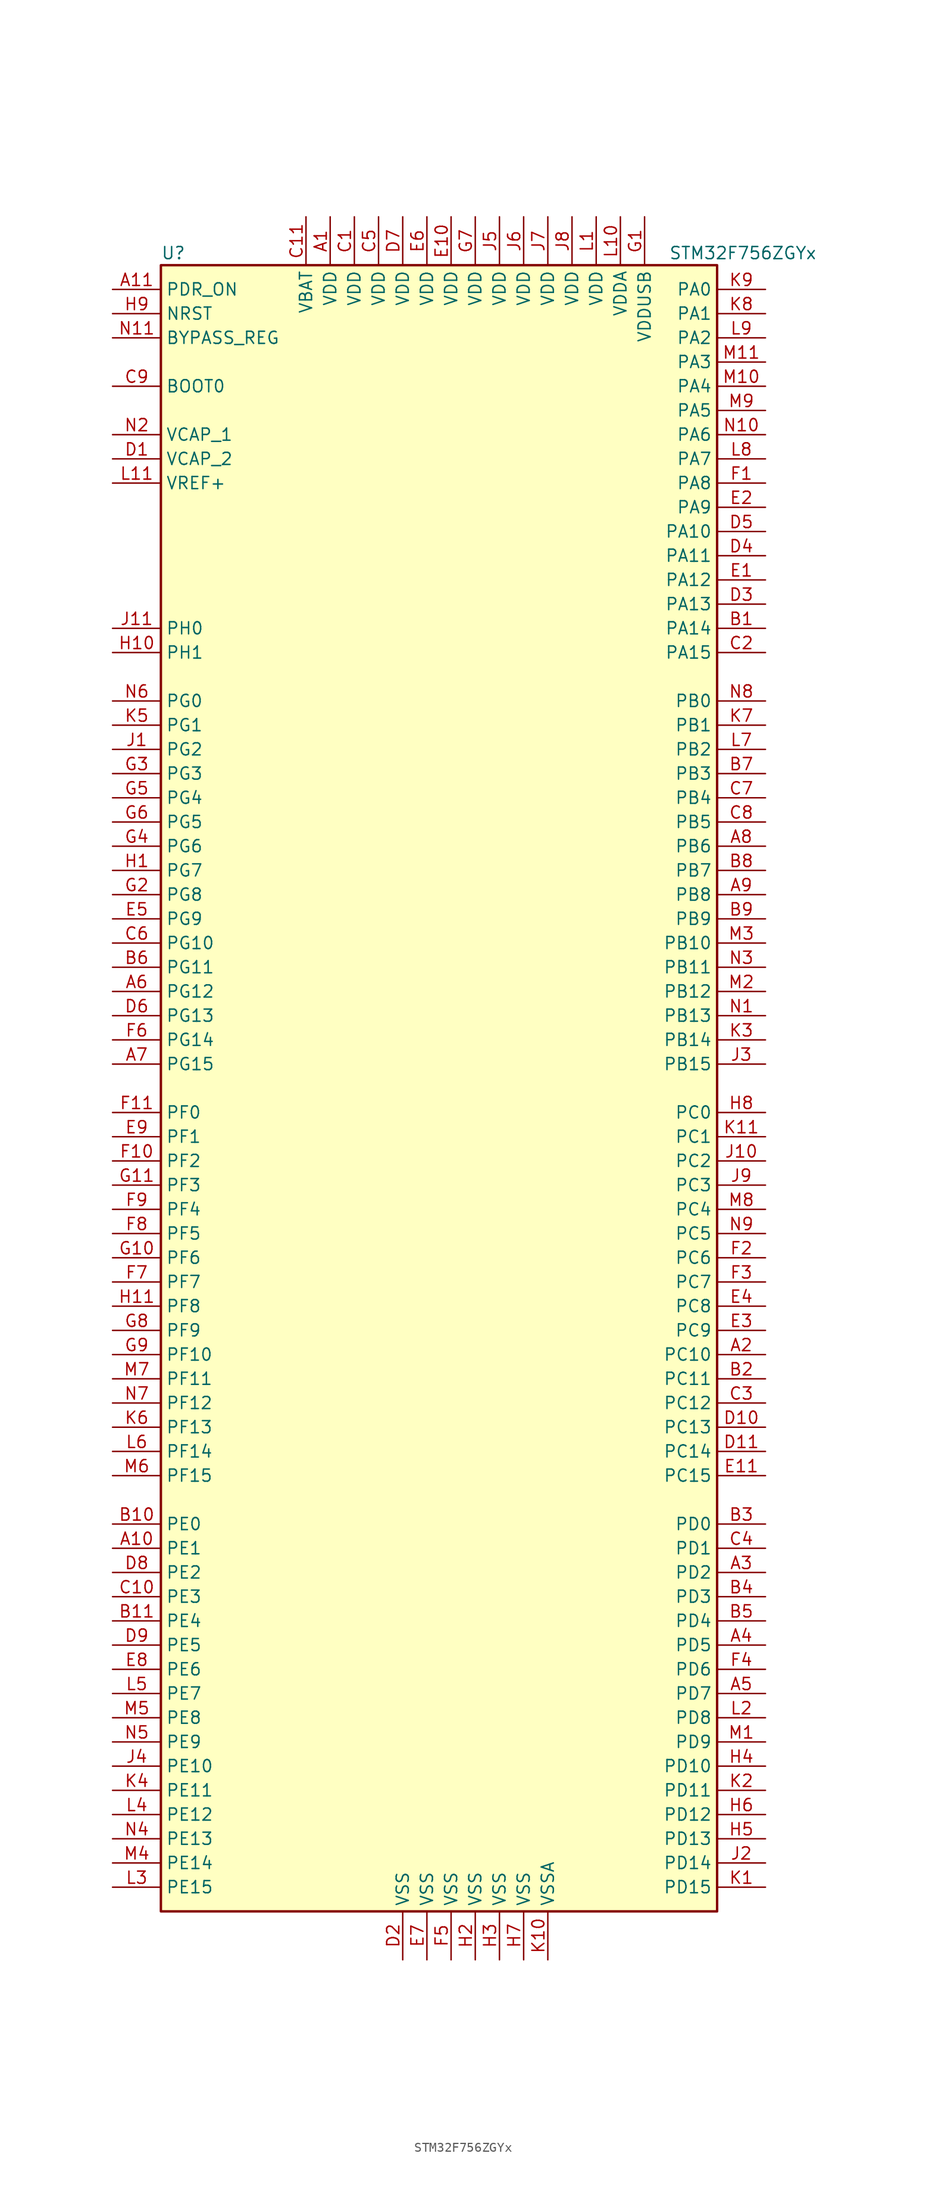
<source format=kicad_sym>
(kicad_symbol_lib
  (version 20201005)
  (generator kicad_symbol_editor)
  (symbol "STM32F756ZGYx"
    (property "Reference" "U"
      (at -30.48 87.63 0)
      (effects (font (size 1.27 1.27)) (justify left)))
    (property "Value" "STM32F756ZGYx"
      (at 22.86 87.63 0)
      (effects (font (size 1.27 1.27)) (justify left)))
    (symbol "STM32F756ZGYx_0_1"
      (rectangle (start -30.48 -86.36) (end 27.94 86.36) (stroke (width 0.254)) (fill (type background))))
    (symbol "STM32F756ZGYx_1_1"
      (pin power_in line (at -12.7 91.44 270) (length 5.08) (name "VDD" (effects (font (size 1.27 1.27)))) (number "A1" (effects (font (size 1.27 1.27)))))
      (pin bidirectional line (at -35.56 -48.26 0) (length 5.08) (name "PE1" (effects (font (size 1.27 1.27)))) (number "A10" (effects (font (size 1.27 1.27)))))
      (pin input line (at -35.56 83.82 0) (length 5.08) (name "PDR_ON" (effects (font (size 1.27 1.27)))) (number "A11" (effects (font (size 1.27 1.27)))))
      (pin bidirectional line (at 33.02 -27.94 180) (length 5.08) (name "PC10" (effects (font (size 1.27 1.27)))) (number "A2" (effects (font (size 1.27 1.27)))))
      (pin bidirectional line (at 33.02 -50.8 180) (length 5.08) (name "PD2" (effects (font (size 1.27 1.27)))) (number "A3" (effects (font (size 1.27 1.27)))))
      (pin bidirectional line (at 33.02 -58.42 180) (length 5.08) (name "PD5" (effects (font (size 1.27 1.27)))) (number "A4" (effects (font (size 1.27 1.27)))))
      (pin bidirectional line (at 33.02 -63.5 180) (length 5.08) (name "PD7" (effects (font (size 1.27 1.27)))) (number "A5" (effects (font (size 1.27 1.27)))))
      (pin bidirectional line (at -35.56 10.16 0) (length 5.08) (name "PG12" (effects (font (size 1.27 1.27)))) (number "A6" (effects (font (size 1.27 1.27)))))
      (pin bidirectional line (at -35.56 2.54 0) (length 5.08) (name "PG15" (effects (font (size 1.27 1.27)))) (number "A7" (effects (font (size 1.27 1.27)))))
      (pin bidirectional line (at 33.02 25.4 180) (length 5.08) (name "PB6" (effects (font (size 1.27 1.27)))) (number "A8" (effects (font (size 1.27 1.27)))))
      (pin bidirectional line (at 33.02 20.32 180) (length 5.08) (name "PB8" (effects (font (size 1.27 1.27)))) (number "A9" (effects (font (size 1.27 1.27)))))
      (pin bidirectional line (at 33.02 48.26 180) (length 5.08) (name "PA14" (effects (font (size 1.27 1.27)))) (number "B1" (effects (font (size 1.27 1.27)))))
      (pin bidirectional line (at -35.56 -45.72 0) (length 5.08) (name "PE0" (effects (font (size 1.27 1.27)))) (number "B10" (effects (font (size 1.27 1.27)))))
      (pin bidirectional line (at -35.56 -55.88 0) (length 5.08) (name "PE4" (effects (font (size 1.27 1.27)))) (number "B11" (effects (font (size 1.27 1.27)))))
      (pin bidirectional line (at 33.02 -30.48 180) (length 5.08) (name "PC11" (effects (font (size 1.27 1.27)))) (number "B2" (effects (font (size 1.27 1.27)))))
      (pin bidirectional line (at 33.02 -45.72 180) (length 5.08) (name "PD0" (effects (font (size 1.27 1.27)))) (number "B3" (effects (font (size 1.27 1.27)))))
      (pin bidirectional line (at 33.02 -53.34 180) (length 5.08) (name "PD3" (effects (font (size 1.27 1.27)))) (number "B4" (effects (font (size 1.27 1.27)))))
      (pin bidirectional line (at 33.02 -55.88 180) (length 5.08) (name "PD4" (effects (font (size 1.27 1.27)))) (number "B5" (effects (font (size 1.27 1.27)))))
      (pin bidirectional line (at -35.56 12.7 0) (length 5.08) (name "PG11" (effects (font (size 1.27 1.27)))) (number "B6" (effects (font (size 1.27 1.27)))))
      (pin bidirectional line (at 33.02 33.02 180) (length 5.08) (name "PB3" (effects (font (size 1.27 1.27)))) (number "B7" (effects (font (size 1.27 1.27)))))
      (pin bidirectional line (at 33.02 22.86 180) (length 5.08) (name "PB7" (effects (font (size 1.27 1.27)))) (number "B8" (effects (font (size 1.27 1.27)))))
      (pin bidirectional line (at 33.02 17.78 180) (length 5.08) (name "PB9" (effects (font (size 1.27 1.27)))) (number "B9" (effects (font (size 1.27 1.27)))))
      (pin power_in line (at -10.16 91.44 270) (length 5.08) (name "VDD" (effects (font (size 1.27 1.27)))) (number "C1" (effects (font (size 1.27 1.27)))))
      (pin bidirectional line (at -35.56 -53.34 0) (length 5.08) (name "PE3" (effects (font (size 1.27 1.27)))) (number "C10" (effects (font (size 1.27 1.27)))))
      (pin power_in line (at -15.24 91.44 270) (length 5.08) (name "VBAT" (effects (font (size 1.27 1.27)))) (number "C11" (effects (font (size 1.27 1.27)))))
      (pin bidirectional line (at 33.02 45.72 180) (length 5.08) (name "PA15" (effects (font (size 1.27 1.27)))) (number "C2" (effects (font (size 1.27 1.27)))))
      (pin bidirectional line (at 33.02 -33.02 180) (length 5.08) (name "PC12" (effects (font (size 1.27 1.27)))) (number "C3" (effects (font (size 1.27 1.27)))))
      (pin bidirectional line (at 33.02 -48.26 180) (length 5.08) (name "PD1" (effects (font (size 1.27 1.27)))) (number "C4" (effects (font (size 1.27 1.27)))))
      (pin power_in line (at -7.62 91.44 270) (length 5.08) (name "VDD" (effects (font (size 1.27 1.27)))) (number "C5" (effects (font (size 1.27 1.27)))))
      (pin bidirectional line (at -35.56 15.24 0) (length 5.08) (name "PG10" (effects (font (size 1.27 1.27)))) (number "C6" (effects (font (size 1.27 1.27)))))
      (pin bidirectional line (at 33.02 30.48 180) (length 5.08) (name "PB4" (effects (font (size 1.27 1.27)))) (number "C7" (effects (font (size 1.27 1.27)))))
      (pin bidirectional line (at 33.02 27.94 180) (length 5.08) (name "PB5" (effects (font (size 1.27 1.27)))) (number "C8" (effects (font (size 1.27 1.27)))))
      (pin input line (at -35.56 73.66 0) (length 5.08) (name "BOOT0" (effects (font (size 1.27 1.27)))) (number "C9" (effects (font (size 1.27 1.27)))))
      (pin power_in line (at -35.56 66.04 0) (length 5.08) (name "VCAP_2" (effects (font (size 1.27 1.27)))) (number "D1" (effects (font (size 1.27 1.27)))))
      (pin bidirectional line (at 33.02 -35.56 180) (length 5.08) (name "PC13" (effects (font (size 1.27 1.27)))) (number "D10" (effects (font (size 1.27 1.27)))))
      (pin bidirectional line (at 33.02 -38.1 180) (length 5.08) (name "PC14" (effects (font (size 1.27 1.27)))) (number "D11" (effects (font (size 1.27 1.27)))))
      (pin power_in line (at -5.08 -91.44 90) (length 5.08) (name "VSS" (effects (font (size 1.27 1.27)))) (number "D2" (effects (font (size 1.27 1.27)))))
      (pin bidirectional line (at 33.02 50.8 180) (length 5.08) (name "PA13" (effects (font (size 1.27 1.27)))) (number "D3" (effects (font (size 1.27 1.27)))))
      (pin bidirectional line (at 33.02 55.88 180) (length 5.08) (name "PA11" (effects (font (size 1.27 1.27)))) (number "D4" (effects (font (size 1.27 1.27)))))
      (pin bidirectional line (at 33.02 58.42 180) (length 5.08) (name "PA10" (effects (font (size 1.27 1.27)))) (number "D5" (effects (font (size 1.27 1.27)))))
      (pin bidirectional line (at -35.56 7.62 0) (length 5.08) (name "PG13" (effects (font (size 1.27 1.27)))) (number "D6" (effects (font (size 1.27 1.27)))))
      (pin power_in line (at -5.08 91.44 270) (length 5.08) (name "VDD" (effects (font (size 1.27 1.27)))) (number "D7" (effects (font (size 1.27 1.27)))))
      (pin bidirectional line (at -35.56 -50.8 0) (length 5.08) (name "PE2" (effects (font (size 1.27 1.27)))) (number "D8" (effects (font (size 1.27 1.27)))))
      (pin bidirectional line (at -35.56 -58.42 0) (length 5.08) (name "PE5" (effects (font (size 1.27 1.27)))) (number "D9" (effects (font (size 1.27 1.27)))))
      (pin bidirectional line (at 33.02 53.34 180) (length 5.08) (name "PA12" (effects (font (size 1.27 1.27)))) (number "E1" (effects (font (size 1.27 1.27)))))
      (pin power_in line (at 0 91.44 270) (length 5.08) (name "VDD" (effects (font (size 1.27 1.27)))) (number "E10" (effects (font (size 1.27 1.27)))))
      (pin bidirectional line (at 33.02 -40.64 180) (length 5.08) (name "PC15" (effects (font (size 1.27 1.27)))) (number "E11" (effects (font (size 1.27 1.27)))))
      (pin bidirectional line (at 33.02 60.96 180) (length 5.08) (name "PA9" (effects (font (size 1.27 1.27)))) (number "E2" (effects (font (size 1.27 1.27)))))
      (pin bidirectional line (at 33.02 -25.4 180) (length 5.08) (name "PC9" (effects (font (size 1.27 1.27)))) (number "E3" (effects (font (size 1.27 1.27)))))
      (pin bidirectional line (at 33.02 -22.86 180) (length 5.08) (name "PC8" (effects (font (size 1.27 1.27)))) (number "E4" (effects (font (size 1.27 1.27)))))
      (pin bidirectional line (at -35.56 17.78 0) (length 5.08) (name "PG9" (effects (font (size 1.27 1.27)))) (number "E5" (effects (font (size 1.27 1.27)))))
      (pin power_in line (at -2.54 91.44 270) (length 5.08) (name "VDD" (effects (font (size 1.27 1.27)))) (number "E6" (effects (font (size 1.27 1.27)))))
      (pin power_in line (at -2.54 -91.44 90) (length 5.08) (name "VSS" (effects (font (size 1.27 1.27)))) (number "E7" (effects (font (size 1.27 1.27)))))
      (pin bidirectional line (at -35.56 -60.96 0) (length 5.08) (name "PE6" (effects (font (size 1.27 1.27)))) (number "E8" (effects (font (size 1.27 1.27)))))
      (pin bidirectional line (at -35.56 -5.08 0) (length 5.08) (name "PF1" (effects (font (size 1.27 1.27)))) (number "E9" (effects (font (size 1.27 1.27)))))
      (pin bidirectional line (at 33.02 63.5 180) (length 5.08) (name "PA8" (effects (font (size 1.27 1.27)))) (number "F1" (effects (font (size 1.27 1.27)))))
      (pin bidirectional line (at -35.56 -7.62 0) (length 5.08) (name "PF2" (effects (font (size 1.27 1.27)))) (number "F10" (effects (font (size 1.27 1.27)))))
      (pin bidirectional line (at -35.56 -2.54 0) (length 5.08) (name "PF0" (effects (font (size 1.27 1.27)))) (number "F11" (effects (font (size 1.27 1.27)))))
      (pin bidirectional line (at 33.02 -17.78 180) (length 5.08) (name "PC6" (effects (font (size 1.27 1.27)))) (number "F2" (effects (font (size 1.27 1.27)))))
      (pin bidirectional line (at 33.02 -20.32 180) (length 5.08) (name "PC7" (effects (font (size 1.27 1.27)))) (number "F3" (effects (font (size 1.27 1.27)))))
      (pin bidirectional line (at 33.02 -60.96 180) (length 5.08) (name "PD6" (effects (font (size 1.27 1.27)))) (number "F4" (effects (font (size 1.27 1.27)))))
      (pin power_in line (at 0 -91.44 90) (length 5.08) (name "VSS" (effects (font (size 1.27 1.27)))) (number "F5" (effects (font (size 1.27 1.27)))))
      (pin bidirectional line (at -35.56 5.08 0) (length 5.08) (name "PG14" (effects (font (size 1.27 1.27)))) (number "F6" (effects (font (size 1.27 1.27)))))
      (pin bidirectional line (at -35.56 -20.32 0) (length 5.08) (name "PF7" (effects (font (size 1.27 1.27)))) (number "F7" (effects (font (size 1.27 1.27)))))
      (pin bidirectional line (at -35.56 -15.24 0) (length 5.08) (name "PF5" (effects (font (size 1.27 1.27)))) (number "F8" (effects (font (size 1.27 1.27)))))
      (pin bidirectional line (at -35.56 -12.7 0) (length 5.08) (name "PF4" (effects (font (size 1.27 1.27)))) (number "F9" (effects (font (size 1.27 1.27)))))
      (pin power_in line (at 20.32 91.44 270) (length 5.08) (name "VDDUSB" (effects (font (size 1.27 1.27)))) (number "G1" (effects (font (size 1.27 1.27)))))
      (pin bidirectional line (at -35.56 -17.78 0) (length 5.08) (name "PF6" (effects (font (size 1.27 1.27)))) (number "G10" (effects (font (size 1.27 1.27)))))
      (pin bidirectional line (at -35.56 -10.16 0) (length 5.08) (name "PF3" (effects (font (size 1.27 1.27)))) (number "G11" (effects (font (size 1.27 1.27)))))
      (pin bidirectional line (at -35.56 20.32 0) (length 5.08) (name "PG8" (effects (font (size 1.27 1.27)))) (number "G2" (effects (font (size 1.27 1.27)))))
      (pin bidirectional line (at -35.56 33.02 0) (length 5.08) (name "PG3" (effects (font (size 1.27 1.27)))) (number "G3" (effects (font (size 1.27 1.27)))))
      (pin bidirectional line (at -35.56 25.4 0) (length 5.08) (name "PG6" (effects (font (size 1.27 1.27)))) (number "G4" (effects (font (size 1.27 1.27)))))
      (pin bidirectional line (at -35.56 30.48 0) (length 5.08) (name "PG4" (effects (font (size 1.27 1.27)))) (number "G5" (effects (font (size 1.27 1.27)))))
      (pin bidirectional line (at -35.56 27.94 0) (length 5.08) (name "PG5" (effects (font (size 1.27 1.27)))) (number "G6" (effects (font (size 1.27 1.27)))))
      (pin power_in line (at 2.54 91.44 270) (length 5.08) (name "VDD" (effects (font (size 1.27 1.27)))) (number "G7" (effects (font (size 1.27 1.27)))))
      (pin bidirectional line (at -35.56 -25.4 0) (length 5.08) (name "PF9" (effects (font (size 1.27 1.27)))) (number "G8" (effects (font (size 1.27 1.27)))))
      (pin bidirectional line (at -35.56 -27.94 0) (length 5.08) (name "PF10" (effects (font (size 1.27 1.27)))) (number "G9" (effects (font (size 1.27 1.27)))))
      (pin bidirectional line (at -35.56 22.86 0) (length 5.08) (name "PG7" (effects (font (size 1.27 1.27)))) (number "H1" (effects (font (size 1.27 1.27)))))
      (pin input line (at -35.56 45.72 0) (length 5.08) (name "PH1" (effects (font (size 1.27 1.27)))) (number "H10" (effects (font (size 1.27 1.27)))))
      (pin bidirectional line (at -35.56 -22.86 0) (length 5.08) (name "PF8" (effects (font (size 1.27 1.27)))) (number "H11" (effects (font (size 1.27 1.27)))))
      (pin power_in line (at 2.54 -91.44 90) (length 5.08) (name "VSS" (effects (font (size 1.27 1.27)))) (number "H2" (effects (font (size 1.27 1.27)))))
      (pin power_in line (at 5.08 -91.44 90) (length 5.08) (name "VSS" (effects (font (size 1.27 1.27)))) (number "H3" (effects (font (size 1.27 1.27)))))
      (pin bidirectional line (at 33.02 -71.12 180) (length 5.08) (name "PD10" (effects (font (size 1.27 1.27)))) (number "H4" (effects (font (size 1.27 1.27)))))
      (pin bidirectional line (at 33.02 -78.74 180) (length 5.08) (name "PD13" (effects (font (size 1.27 1.27)))) (number "H5" (effects (font (size 1.27 1.27)))))
      (pin bidirectional line (at 33.02 -76.2 180) (length 5.08) (name "PD12" (effects (font (size 1.27 1.27)))) (number "H6" (effects (font (size 1.27 1.27)))))
      (pin power_in line (at 7.62 -91.44 90) (length 5.08) (name "VSS" (effects (font (size 1.27 1.27)))) (number "H7" (effects (font (size 1.27 1.27)))))
      (pin bidirectional line (at 33.02 -2.54 180) (length 5.08) (name "PC0" (effects (font (size 1.27 1.27)))) (number "H8" (effects (font (size 1.27 1.27)))))
      (pin input line (at -35.56 81.28 0) (length 5.08) (name "NRST" (effects (font (size 1.27 1.27)))) (number "H9" (effects (font (size 1.27 1.27)))))
      (pin bidirectional line (at -35.56 35.56 0) (length 5.08) (name "PG2" (effects (font (size 1.27 1.27)))) (number "J1" (effects (font (size 1.27 1.27)))))
      (pin bidirectional line (at 33.02 -7.62 180) (length 5.08) (name "PC2" (effects (font (size 1.27 1.27)))) (number "J10" (effects (font (size 1.27 1.27)))))
      (pin input line (at -35.56 48.26 0) (length 5.08) (name "PH0" (effects (font (size 1.27 1.27)))) (number "J11" (effects (font (size 1.27 1.27)))))
      (pin bidirectional line (at 33.02 -81.28 180) (length 5.08) (name "PD14" (effects (font (size 1.27 1.27)))) (number "J2" (effects (font (size 1.27 1.27)))))
      (pin bidirectional line (at 33.02 2.54 180) (length 5.08) (name "PB15" (effects (font (size 1.27 1.27)))) (number "J3" (effects (font (size 1.27 1.27)))))
      (pin bidirectional line (at -35.56 -71.12 0) (length 5.08) (name "PE10" (effects (font (size 1.27 1.27)))) (number "J4" (effects (font (size 1.27 1.27)))))
      (pin power_in line (at 5.08 91.44 270) (length 5.08) (name "VDD" (effects (font (size 1.27 1.27)))) (number "J5" (effects (font (size 1.27 1.27)))))
      (pin power_in line (at 7.62 91.44 270) (length 5.08) (name "VDD" (effects (font (size 1.27 1.27)))) (number "J6" (effects (font (size 1.27 1.27)))))
      (pin power_in line (at 10.16 91.44 270) (length 5.08) (name "VDD" (effects (font (size 1.27 1.27)))) (number "J7" (effects (font (size 1.27 1.27)))))
      (pin power_in line (at 12.7 91.44 270) (length 5.08) (name "VDD" (effects (font (size 1.27 1.27)))) (number "J8" (effects (font (size 1.27 1.27)))))
      (pin bidirectional line (at 33.02 -10.16 180) (length 5.08) (name "PC3" (effects (font (size 1.27 1.27)))) (number "J9" (effects (font (size 1.27 1.27)))))
      (pin bidirectional line (at 33.02 -83.82 180) (length 5.08) (name "PD15" (effects (font (size 1.27 1.27)))) (number "K1" (effects (font (size 1.27 1.27)))))
      (pin power_in line (at 10.16 -91.44 90) (length 5.08) (name "VSSA" (effects (font (size 1.27 1.27)))) (number "K10" (effects (font (size 1.27 1.27)))))
      (pin bidirectional line (at 33.02 -5.08 180) (length 5.08) (name "PC1" (effects (font (size 1.27 1.27)))) (number "K11" (effects (font (size 1.27 1.27)))))
      (pin bidirectional line (at 33.02 -73.66 180) (length 5.08) (name "PD11" (effects (font (size 1.27 1.27)))) (number "K2" (effects (font (size 1.27 1.27)))))
      (pin bidirectional line (at 33.02 5.08 180) (length 5.08) (name "PB14" (effects (font (size 1.27 1.27)))) (number "K3" (effects (font (size 1.27 1.27)))))
      (pin bidirectional line (at -35.56 -73.66 0) (length 5.08) (name "PE11" (effects (font (size 1.27 1.27)))) (number "K4" (effects (font (size 1.27 1.27)))))
      (pin bidirectional line (at -35.56 38.1 0) (length 5.08) (name "PG1" (effects (font (size 1.27 1.27)))) (number "K5" (effects (font (size 1.27 1.27)))))
      (pin bidirectional line (at -35.56 -35.56 0) (length 5.08) (name "PF13" (effects (font (size 1.27 1.27)))) (number "K6" (effects (font (size 1.27 1.27)))))
      (pin bidirectional line (at 33.02 38.1 180) (length 5.08) (name "PB1" (effects (font (size 1.27 1.27)))) (number "K7" (effects (font (size 1.27 1.27)))))
      (pin bidirectional line (at 33.02 81.28 180) (length 5.08) (name "PA1" (effects (font (size 1.27 1.27)))) (number "K8" (effects (font (size 1.27 1.27)))))
      (pin bidirectional line (at 33.02 83.82 180) (length 5.08) (name "PA0" (effects (font (size 1.27 1.27)))) (number "K9" (effects (font (size 1.27 1.27)))))
      (pin power_in line (at 15.24 91.44 270) (length 5.08) (name "VDD" (effects (font (size 1.27 1.27)))) (number "L1" (effects (font (size 1.27 1.27)))))
      (pin power_in line (at 17.78 91.44 270) (length 5.08) (name "VDDA" (effects (font (size 1.27 1.27)))) (number "L10" (effects (font (size 1.27 1.27)))))
      (pin power_in line (at -35.56 63.5 0) (length 5.08) (name "VREF+" (effects (font (size 1.27 1.27)))) (number "L11" (effects (font (size 1.27 1.27)))))
      (pin bidirectional line (at 33.02 -66.04 180) (length 5.08) (name "PD8" (effects (font (size 1.27 1.27)))) (number "L2" (effects (font (size 1.27 1.27)))))
      (pin bidirectional line (at -35.56 -83.82 0) (length 5.08) (name "PE15" (effects (font (size 1.27 1.27)))) (number "L3" (effects (font (size 1.27 1.27)))))
      (pin bidirectional line (at -35.56 -76.2 0) (length 5.08) (name "PE12" (effects (font (size 1.27 1.27)))) (number "L4" (effects (font (size 1.27 1.27)))))
      (pin bidirectional line (at -35.56 -63.5 0) (length 5.08) (name "PE7" (effects (font (size 1.27 1.27)))) (number "L5" (effects (font (size 1.27 1.27)))))
      (pin bidirectional line (at -35.56 -38.1 0) (length 5.08) (name "PF14" (effects (font (size 1.27 1.27)))) (number "L6" (effects (font (size 1.27 1.27)))))
      (pin bidirectional line (at 33.02 35.56 180) (length 5.08) (name "PB2" (effects (font (size 1.27 1.27)))) (number "L7" (effects (font (size 1.27 1.27)))))
      (pin bidirectional line (at 33.02 66.04 180) (length 5.08) (name "PA7" (effects (font (size 1.27 1.27)))) (number "L8" (effects (font (size 1.27 1.27)))))
      (pin bidirectional line (at 33.02 78.74 180) (length 5.08) (name "PA2" (effects (font (size 1.27 1.27)))) (number "L9" (effects (font (size 1.27 1.27)))))
      (pin bidirectional line (at 33.02 -68.58 180) (length 5.08) (name "PD9" (effects (font (size 1.27 1.27)))) (number "M1" (effects (font (size 1.27 1.27)))))
      (pin bidirectional line (at 33.02 73.66 180) (length 5.08) (name "PA4" (effects (font (size 1.27 1.27)))) (number "M10" (effects (font (size 1.27 1.27)))))
      (pin bidirectional line (at 33.02 76.2 180) (length 5.08) (name "PA3" (effects (font (size 1.27 1.27)))) (number "M11" (effects (font (size 1.27 1.27)))))
      (pin bidirectional line (at 33.02 10.16 180) (length 5.08) (name "PB12" (effects (font (size 1.27 1.27)))) (number "M2" (effects (font (size 1.27 1.27)))))
      (pin bidirectional line (at 33.02 15.24 180) (length 5.08) (name "PB10" (effects (font (size 1.27 1.27)))) (number "M3" (effects (font (size 1.27 1.27)))))
      (pin bidirectional line (at -35.56 -81.28 0) (length 5.08) (name "PE14" (effects (font (size 1.27 1.27)))) (number "M4" (effects (font (size 1.27 1.27)))))
      (pin bidirectional line (at -35.56 -66.04 0) (length 5.08) (name "PE8" (effects (font (size 1.27 1.27)))) (number "M5" (effects (font (size 1.27 1.27)))))
      (pin bidirectional line (at -35.56 -40.64 0) (length 5.08) (name "PF15" (effects (font (size 1.27 1.27)))) (number "M6" (effects (font (size 1.27 1.27)))))
      (pin bidirectional line (at -35.56 -30.48 0) (length 5.08) (name "PF11" (effects (font (size 1.27 1.27)))) (number "M7" (effects (font (size 1.27 1.27)))))
      (pin bidirectional line (at 33.02 -12.7 180) (length 5.08) (name "PC4" (effects (font (size 1.27 1.27)))) (number "M8" (effects (font (size 1.27 1.27)))))
      (pin bidirectional line (at 33.02 71.12 180) (length 5.08) (name "PA5" (effects (font (size 1.27 1.27)))) (number "M9" (effects (font (size 1.27 1.27)))))
      (pin bidirectional line (at 33.02 7.62 180) (length 5.08) (name "PB13" (effects (font (size 1.27 1.27)))) (number "N1" (effects (font (size 1.27 1.27)))))
      (pin bidirectional line (at 33.02 68.58 180) (length 5.08) (name "PA6" (effects (font (size 1.27 1.27)))) (number "N10" (effects (font (size 1.27 1.27)))))
      (pin input line (at -35.56 78.74 0) (length 5.08) (name "BYPASS_REG" (effects (font (size 1.27 1.27)))) (number "N11" (effects (font (size 1.27 1.27)))))
      (pin power_in line (at -35.56 68.58 0) (length 5.08) (name "VCAP_1" (effects (font (size 1.27 1.27)))) (number "N2" (effects (font (size 1.27 1.27)))))
      (pin bidirectional line (at 33.02 12.7 180) (length 5.08) (name "PB11" (effects (font (size 1.27 1.27)))) (number "N3" (effects (font (size 1.27 1.27)))))
      (pin bidirectional line (at -35.56 -78.74 0) (length 5.08) (name "PE13" (effects (font (size 1.27 1.27)))) (number "N4" (effects (font (size 1.27 1.27)))))
      (pin bidirectional line (at -35.56 -68.58 0) (length 5.08) (name "PE9" (effects (font (size 1.27 1.27)))) (number "N5" (effects (font (size 1.27 1.27)))))
      (pin bidirectional line (at -35.56 40.64 0) (length 5.08) (name "PG0" (effects (font (size 1.27 1.27)))) (number "N6" (effects (font (size 1.27 1.27)))))
      (pin bidirectional line (at -35.56 -33.02 0) (length 5.08) (name "PF12" (effects (font (size 1.27 1.27)))) (number "N7" (effects (font (size 1.27 1.27)))))
      (pin bidirectional line (at 33.02 40.64 180) (length 5.08) (name "PB0" (effects (font (size 1.27 1.27)))) (number "N8" (effects (font (size 1.27 1.27)))))
      (pin bidirectional line (at 33.02 -15.24 180) (length 5.08) (name "PC5" (effects (font (size 1.27 1.27)))) (number "N9" (effects (font (size 1.27 1.27))))))))
</source>
